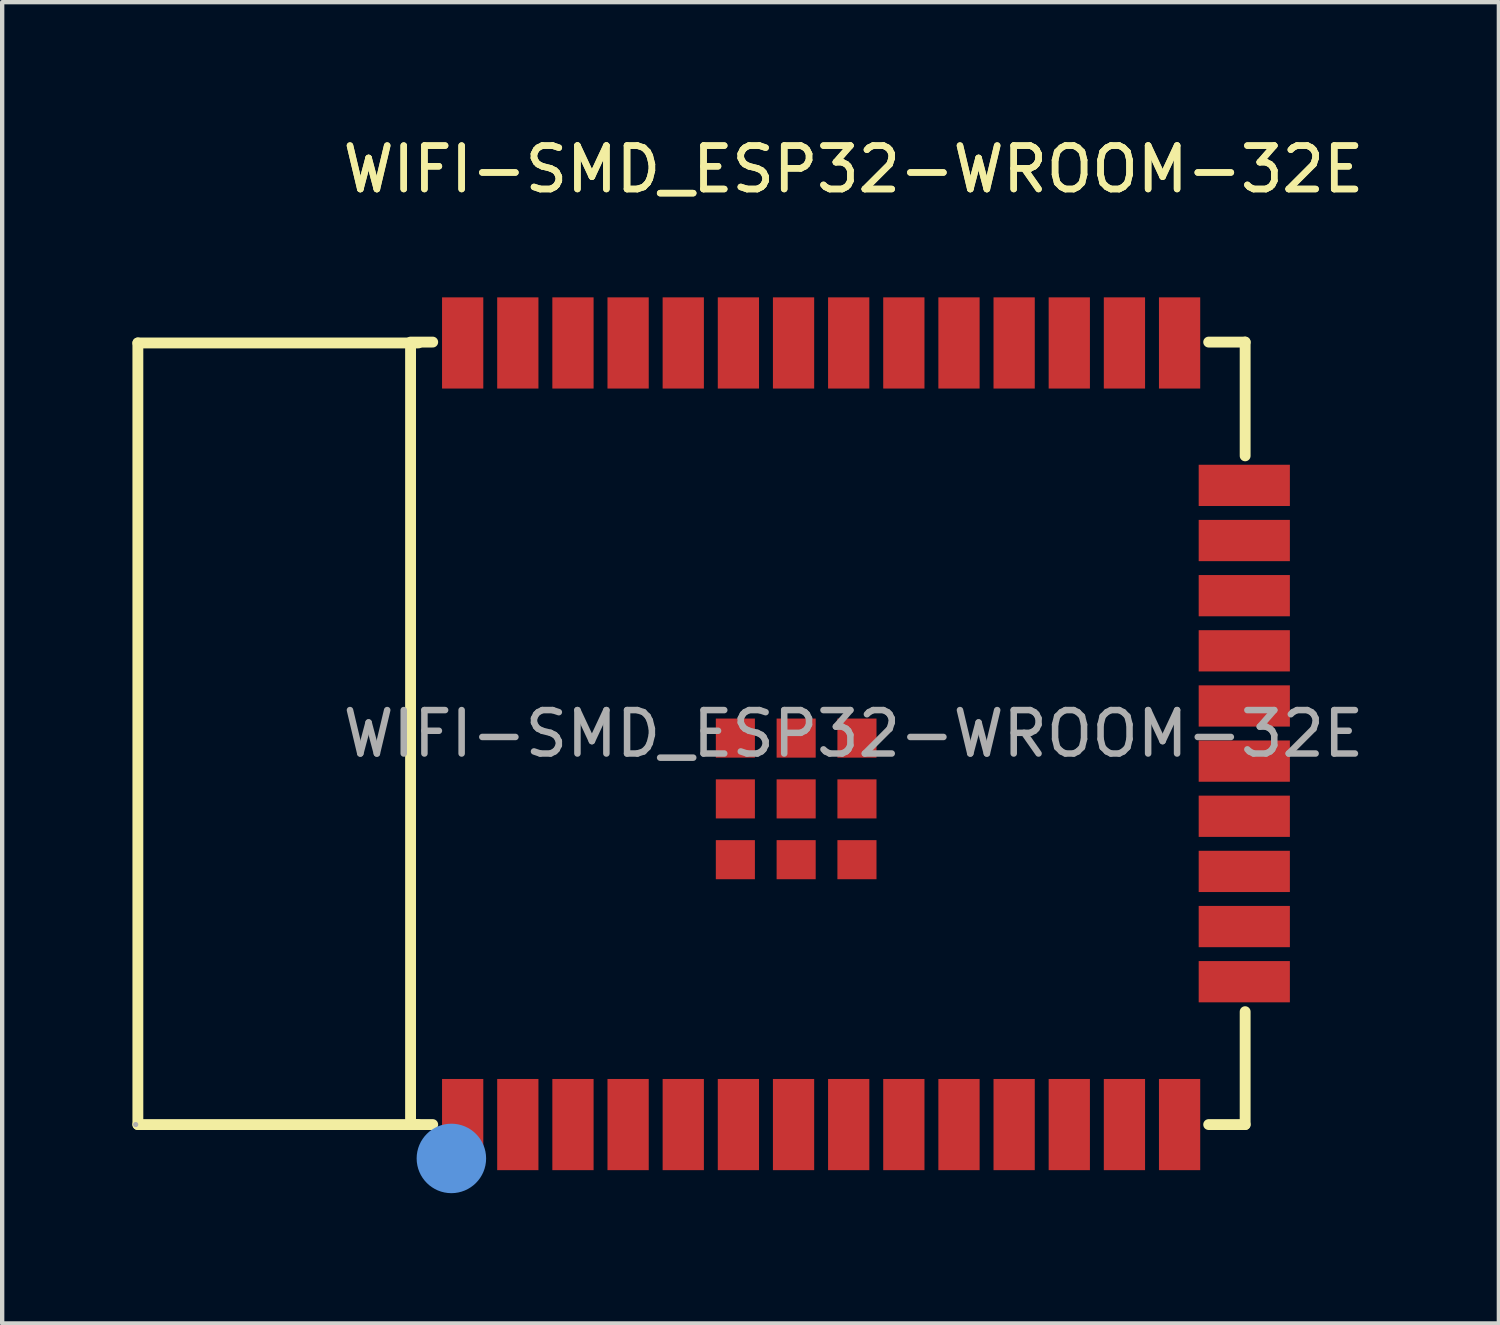
<source format=kicad_pcb>
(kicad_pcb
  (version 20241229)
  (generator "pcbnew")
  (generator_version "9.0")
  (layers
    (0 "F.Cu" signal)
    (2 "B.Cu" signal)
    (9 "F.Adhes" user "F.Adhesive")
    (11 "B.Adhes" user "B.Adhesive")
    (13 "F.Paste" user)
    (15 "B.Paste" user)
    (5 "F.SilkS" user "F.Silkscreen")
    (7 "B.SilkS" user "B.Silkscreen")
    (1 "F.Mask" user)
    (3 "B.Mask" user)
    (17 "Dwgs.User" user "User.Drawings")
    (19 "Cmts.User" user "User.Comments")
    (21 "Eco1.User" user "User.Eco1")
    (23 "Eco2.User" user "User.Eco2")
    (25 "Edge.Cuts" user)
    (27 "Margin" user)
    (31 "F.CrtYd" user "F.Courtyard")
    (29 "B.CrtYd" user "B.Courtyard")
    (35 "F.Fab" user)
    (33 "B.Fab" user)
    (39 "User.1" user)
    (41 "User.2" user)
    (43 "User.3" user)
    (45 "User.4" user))
  (footprint "WIFI-SMD_ESP32-WROOM-32E"
    (layer "F.Cu")
    (at 16.605 13.848)
    (property "Reference" "WIFI-SMD_ESP32-WROOM-32E" (at 0 -13 0) (layer "F.SilkS") (effects (font (size 1 1) (thickness 0.15))))
    (attr smd)
    (fp_line (start -16.48 -9) (end -16.48 9) (stroke (width 0.25) (type solid)) (layer "F.SilkS"))
    (fp_line (start -16.48 -9) (end -10.02 -9) (stroke (width 0.25) (type solid)) (layer "F.SilkS"))
    (fp_line (start -16.48 9) (end -10.03 9) (stroke (width 0.25) (type solid)) (layer "F.SilkS"))
    (fp_line (start -10.2 -9) (end -10.2 9) (stroke (width 0.25) (type solid)) (layer "F.SilkS"))
    (fp_line (start -10.2 9) (end -9.69 9) (stroke (width 0.25) (type solid)) (layer "F.SilkS"))
    (fp_line (start -9.69 -9.02) (end -10.2 -9.02) (stroke (width 0.25) (type solid)) (layer "F.SilkS"))
    (fp_line (start 8.18 9) (end 9.02 9) (stroke (width 0.25) (type solid)) (layer "F.SilkS"))
    (fp_line (start 9.02 -9.02) (end 8.18 -9.02) (stroke (width 0.25) (type solid)) (layer "F.SilkS"))
    (fp_line (start 9.02 -6.4) (end 9.02 -9.02) (stroke (width 0.25) (type solid)) (layer "F.SilkS"))
    (fp_line (start 9.02 9) (end 9.02 6.4) (stroke (width 0.25) (type solid)) (layer "F.SilkS"))
    (fp_circle (center -9.26 9.78) (end -8.86 9.78) (stroke (width 0.8) (type solid)) (fill no) (layer "Cmts.User"))
    (fp_circle (center -16.53 9) (end -16.5 9) (stroke (width 0.06) (type solid)) (fill no) (layer "F.Fab"))
    (fp_text user "${REFERENCE}" (at 0 -13 0) (layer "F.SilkS") (effects (font (size 1 1) (thickness 0.15))))
    (fp_text user "${REFERENCE}" (at 0 0 0) (layer "F.Fab") (effects (font (size 1 1) (thickness 0.15))))
    (pad "1" smd rect (at -9 9) (size 0.95 2.1) (layers "F.Cu" "F.Mask" "F.Paste"))
    (pad "2" smd rect (at -7.73 9) (size 0.95 2.1) (layers "F.Cu" "F.Mask" "F.Paste"))
    (pad "3" smd rect (at -6.46 9) (size 0.95 2.1) (layers "F.Cu" "F.Mask" "F.Paste"))
    (pad "4" smd rect (at -5.19 9) (size 0.95 2.1) (layers "F.Cu" "F.Mask" "F.Paste"))
    (pad "5" smd rect (at -3.92 9) (size 0.95 2.1) (layers "F.Cu" "F.Mask" "F.Paste"))
    (pad "6" smd rect (at -2.65 9) (size 0.95 2.1) (layers "F.Cu" "F.Mask" "F.Paste"))
    (pad "7" smd rect (at -1.38 9) (size 0.95 2.1) (layers "F.Cu" "F.Mask" "F.Paste"))
    (pad "8" smd rect (at -0.11 9) (size 0.95 2.1) (layers "F.Cu" "F.Mask" "F.Paste"))
    (pad "9" smd rect (at 1.16 9) (size 0.95 2.1) (layers "F.Cu" "F.Mask" "F.Paste"))
    (pad "10" smd rect (at 2.43 9) (size 0.95 2.1) (layers "F.Cu" "F.Mask" "F.Paste"))
    (pad "11" smd rect (at 3.7 9) (size 0.95 2.1) (layers "F.Cu" "F.Mask" "F.Paste"))
    (pad "12" smd rect (at 4.97 9) (size 0.95 2.1) (layers "F.Cu" "F.Mask" "F.Paste"))
    (pad "13" smd rect (at 6.24 9) (size 0.95 2.1) (layers "F.Cu" "F.Mask" "F.Paste"))
    (pad "14" smd rect (at 7.51 9) (size 0.95 2.1) (layers "F.Cu" "F.Mask" "F.Paste"))
    (pad "15" smd rect (at 9 5.71) (size 2.1 0.95) (layers "F.Cu" "F.Mask" "F.Paste"))
    (pad "16" smd rect (at 9 4.44) (size 2.1 0.95) (layers "F.Cu" "F.Mask" "F.Paste"))
    (pad "17" smd rect (at 9 3.17) (size 2.1 0.95) (layers "F.Cu" "F.Mask" "F.Paste"))
    (pad "18" smd rect (at 9 1.9) (size 2.1 0.95) (layers "F.Cu" "F.Mask" "F.Paste"))
    (pad "19" smd rect (at 9 0.63) (size 2.1 0.95) (layers "F.Cu" "F.Mask" "F.Paste"))
    (pad "20" smd rect (at 9 -0.64) (size 2.1 0.95) (layers "F.Cu" "F.Mask" "F.Paste"))
    (pad "21" smd rect (at 9 -1.91) (size 2.1 0.95) (layers "F.Cu" "F.Mask" "F.Paste"))
    (pad "22" smd rect (at 9 -3.18) (size 2.1 0.95) (layers "F.Cu" "F.Mask" "F.Paste"))
    (pad "23" smd rect (at 9 -4.45) (size 2.1 0.95) (layers "F.Cu" "F.Mask" "F.Paste"))
    (pad "24" smd rect (at 9 -5.72) (size 2.1 0.95) (layers "F.Cu" "F.Mask" "F.Paste"))
    (pad "25" smd rect (at 7.51 -9) (size 0.95 2.1) (layers "F.Cu" "F.Mask" "F.Paste"))
    (pad "26" smd rect (at 6.24 -9) (size 0.95 2.1) (layers "F.Cu" "F.Mask" "F.Paste"))
    (pad "27" smd rect (at 4.97 -9) (size 0.95 2.1) (layers "F.Cu" "F.Mask" "F.Paste"))
    (pad "28" smd rect (at 3.7 -9) (size 0.95 2.1) (layers "F.Cu" "F.Mask" "F.Paste"))
    (pad "29" smd rect (at 2.43 -9) (size 0.95 2.1) (layers "F.Cu" "F.Mask" "F.Paste"))
    (pad "30" smd rect (at 1.16 -9) (size 0.95 2.1) (layers "F.Cu" "F.Mask" "F.Paste"))
    (pad "31" smd rect (at -0.11 -9) (size 0.95 2.1) (layers "F.Cu" "F.Mask" "F.Paste"))
    (pad "32" smd rect (at -1.38 -9) (size 0.95 2.1) (layers "F.Cu" "F.Mask" "F.Paste"))
    (pad "33" smd rect (at -2.65 -9) (size 0.95 2.1) (layers "F.Cu" "F.Mask" "F.Paste"))
    (pad "34" smd rect (at -3.92 -9) (size 0.95 2.1) (layers "F.Cu" "F.Mask" "F.Paste"))
    (pad "35" smd rect (at -5.19 -9) (size 0.95 2.1) (layers "F.Cu" "F.Mask" "F.Paste"))
    (pad "36" smd rect (at -6.46 -9) (size 0.95 2.1) (layers "F.Cu" "F.Mask" "F.Paste"))
    (pad "37" smd rect (at -7.73 -9) (size 0.95 2.1) (layers "F.Cu" "F.Mask" "F.Paste"))
    (pad "38" smd rect (at -9 -9) (size 0.95 2.1) (layers "F.Cu" "F.Mask" "F.Paste"))
    (pad "39" smd rect (at -2.72 0.1 180) (size 0.9 0.9) (layers "F.Cu" "F.Mask" "F.Paste"))
    (pad "39" smd rect (at -2.72 1.5 180) (size 0.9 0.9) (layers "F.Cu" "F.Mask" "F.Paste"))
    (pad "39" smd rect (at -2.72 2.9 180) (size 0.9 0.9) (layers "F.Cu" "F.Mask" "F.Paste"))
    (pad "39" smd rect (at -1.32 0.1 180) (size 0.9 0.9) (layers "F.Cu" "F.Mask" "F.Paste"))
    (pad "39" smd rect (at -1.32 1.5 180) (size 0.9 0.9) (layers "F.Cu" "F.Mask" "F.Paste"))
    (pad "39" smd rect (at -1.32 2.9 180) (size 0.9 0.9) (layers "F.Cu" "F.Mask" "F.Paste"))
    (pad "39" smd rect (at 0.08 0.1 180) (size 0.9 0.9) (layers "F.Cu" "F.Mask" "F.Paste"))
    (pad "39" smd rect (at 0.08 1.5 180) (size 0.9 0.9) (layers "F.Cu" "F.Mask" "F.Paste"))
    (pad "39" smd rect (at 0.08 2.9 180) (size 0.9 0.9) (layers "F.Cu" "F.Mask" "F.Paste")))
  (gr_rect
    (start -3 -3)
    (end 31.468 27.428)
    (stroke (width 0.1) (type default))
    (fill no)
    (layer "Edge.Cuts")))
</source>
